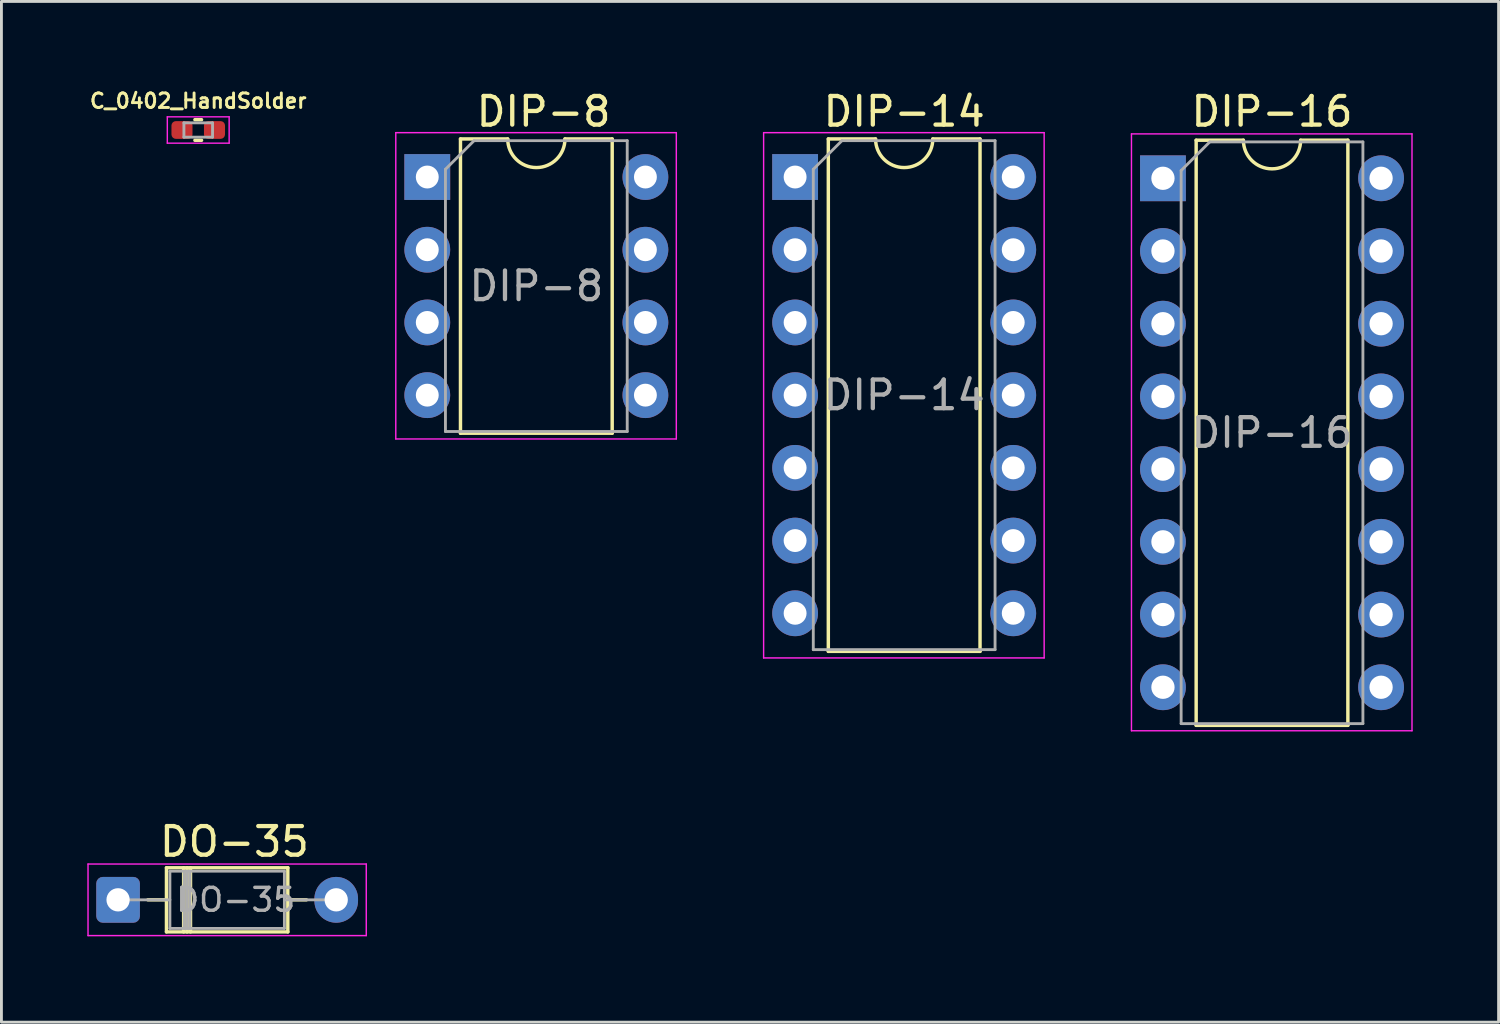
<source format=kicad_pcb>
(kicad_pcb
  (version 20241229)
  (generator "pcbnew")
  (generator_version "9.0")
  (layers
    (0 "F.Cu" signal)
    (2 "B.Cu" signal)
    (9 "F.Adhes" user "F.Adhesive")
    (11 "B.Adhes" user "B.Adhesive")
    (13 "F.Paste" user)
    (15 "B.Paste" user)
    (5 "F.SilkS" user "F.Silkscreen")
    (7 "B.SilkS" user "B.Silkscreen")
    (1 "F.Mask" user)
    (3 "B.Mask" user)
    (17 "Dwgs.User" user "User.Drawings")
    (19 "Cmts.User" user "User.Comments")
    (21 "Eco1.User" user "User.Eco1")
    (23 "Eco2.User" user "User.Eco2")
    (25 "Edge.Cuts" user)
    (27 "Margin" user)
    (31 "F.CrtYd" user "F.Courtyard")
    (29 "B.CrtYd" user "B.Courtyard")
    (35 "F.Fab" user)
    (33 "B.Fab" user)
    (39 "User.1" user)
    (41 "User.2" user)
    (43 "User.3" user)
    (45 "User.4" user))
  (footprint "DIP-16"
    (layer "F.Cu")
    (at 37.576 3.178)
    (property "Reference" "DIP-16" (at 3.81 -2.33 0) (layer "F.SilkS") (effects (font (size 1 1) (thickness 0.15))))
    (attr through_hole)
    (fp_line (start 1.16 -1.33) (end 1.16 19.11) (stroke (width 0.12) (type solid)) (layer "F.SilkS"))
    (fp_line (start 1.16 19.11) (end 6.46 19.11) (stroke (width 0.12) (type solid)) (layer "F.SilkS"))
    (fp_line (start 2.81 -1.33) (end 1.16 -1.33) (stroke (width 0.12) (type solid)) (layer "F.SilkS"))
    (fp_line (start 6.46 -1.33) (end 4.81 -1.33) (stroke (width 0.12) (type solid)) (layer "F.SilkS"))
    (fp_line (start 6.46 19.11) (end 6.46 -1.33) (stroke (width 0.12) (type solid)) (layer "F.SilkS"))
    (fp_arc (start 4.81 -1.33) (mid 3.81 -0.33) (end 2.81 -1.33) (stroke (width 0.12) (type solid)) (layer "F.SilkS"))
    (fp_line (start -1.1 -1.55) (end -1.1 19.3) (stroke (width 0.05) (type solid)) (layer "F.CrtYd"))
    (fp_line (start -1.1 19.3) (end 8.7 19.3) (stroke (width 0.05) (type solid)) (layer "F.CrtYd"))
    (fp_line (start 8.7 -1.55) (end -1.1 -1.55) (stroke (width 0.05) (type solid)) (layer "F.CrtYd"))
    (fp_line (start 8.7 19.3) (end 8.7 -1.55) (stroke (width 0.05) (type solid)) (layer "F.CrtYd"))
    (fp_line (start 0.635 -0.27) (end 1.635 -1.27) (stroke (width 0.1) (type solid)) (layer "F.Fab"))
    (fp_line (start 0.635 19.05) (end 0.635 -0.27) (stroke (width 0.1) (type solid)) (layer "F.Fab"))
    (fp_line (start 1.635 -1.27) (end 6.985 -1.27) (stroke (width 0.1) (type solid)) (layer "F.Fab"))
    (fp_line (start 6.985 -1.27) (end 6.985 19.05) (stroke (width 0.1) (type solid)) (layer "F.Fab"))
    (fp_line (start 6.985 19.05) (end 0.635 19.05) (stroke (width 0.1) (type solid)) (layer "F.Fab"))
    (fp_text user "${REFERENCE}" (at 3.81 8.89 0) (layer "F.Fab") (effects (font (size 1 1) (thickness 0.15))))
    (pad "1" thru_hole rect (at 0 0) (size 1.6 1.6) (drill 0.813) (layers "*.Cu" "*.Mask"))
    (pad "2" thru_hole oval (at 0 2.54) (size 1.6 1.6) (drill 0.813) (layers "*.Cu" "*.Mask"))
    (pad "3" thru_hole oval (at 0 5.08) (size 1.6 1.6) (drill 0.813) (layers "*.Cu" "*.Mask"))
    (pad "4" thru_hole oval (at 0 7.62) (size 1.6 1.6) (drill 0.813) (layers "*.Cu" "*.Mask"))
    (pad "5" thru_hole oval (at 0 10.16) (size 1.6 1.6) (drill 0.813) (layers "*.Cu" "*.Mask"))
    (pad "6" thru_hole oval (at 0 12.7) (size 1.6 1.6) (drill 0.813) (layers "*.Cu" "*.Mask"))
    (pad "7" thru_hole oval (at 0 15.24) (size 1.6 1.6) (drill 0.813) (layers "*.Cu" "*.Mask"))
    (pad "8" thru_hole oval (at 0 17.78) (size 1.6 1.6) (drill 0.813) (layers "*.Cu" "*.Mask"))
    (pad "9" thru_hole oval (at 7.62 17.78) (size 1.6 1.6) (drill 0.813) (layers "*.Cu" "*.Mask"))
    (pad "10" thru_hole oval (at 7.62 15.24) (size 1.6 1.6) (drill 0.813) (layers "*.Cu" "*.Mask"))
    (pad "11" thru_hole oval (at 7.62 12.7) (size 1.6 1.6) (drill 0.813) (layers "*.Cu" "*.Mask"))
    (pad "12" thru_hole oval (at 7.62 10.16) (size 1.6 1.6) (drill 0.813) (layers "*.Cu" "*.Mask"))
    (pad "13" thru_hole oval (at 7.62 7.62) (size 1.6 1.6) (drill 0.813) (layers "*.Cu" "*.Mask"))
    (pad "14" thru_hole oval (at 7.62 5.08) (size 1.6 1.6) (drill 0.813) (layers "*.Cu" "*.Mask"))
    (pad "15" thru_hole oval (at 7.62 2.54) (size 1.6 1.6) (drill 0.813) (layers "*.Cu" "*.Mask"))
    (pad "16" thru_hole oval (at 7.62 0) (size 1.6 1.6) (drill 0.813) (layers "*.Cu" "*.Mask")))
  (footprint "DIP-14"
    (layer "F.Cu")
    (at 24.726 3.134)
    (property "Reference" "DIP-14" (at 3.81 -2.286 0) (layer "F.SilkS") (effects (font (size 1 1) (thickness 0.15))))
    (attr through_hole)
    (fp_line (start 1.16 -1.33) (end 1.16 16.57) (stroke (width 0.12) (type solid)) (layer "F.SilkS"))
    (fp_line (start 1.16 16.57) (end 6.46 16.57) (stroke (width 0.12) (type solid)) (layer "F.SilkS"))
    (fp_line (start 2.81 -1.33) (end 1.16 -1.33) (stroke (width 0.12) (type solid)) (layer "F.SilkS"))
    (fp_line (start 6.46 -1.33) (end 4.81 -1.33) (stroke (width 0.12) (type solid)) (layer "F.SilkS"))
    (fp_line (start 6.46 16.57) (end 6.46 -1.33) (stroke (width 0.12) (type solid)) (layer "F.SilkS"))
    (fp_arc (start 4.81 -1.33) (mid 3.81 -0.33) (end 2.81 -1.33) (stroke (width 0.12) (type solid)) (layer "F.SilkS"))
    (fp_line (start -1.1 -1.55) (end -1.1 16.8) (stroke (width 0.05) (type solid)) (layer "F.CrtYd"))
    (fp_line (start -1.1 16.8) (end 8.7 16.8) (stroke (width 0.05) (type solid)) (layer "F.CrtYd"))
    (fp_line (start 8.7 -1.55) (end -1.1 -1.55) (stroke (width 0.05) (type solid)) (layer "F.CrtYd"))
    (fp_line (start 8.7 16.8) (end 8.7 -1.55) (stroke (width 0.05) (type solid)) (layer "F.CrtYd"))
    (fp_line (start 0.635 -0.27) (end 1.635 -1.27) (stroke (width 0.1) (type solid)) (layer "F.Fab"))
    (fp_line (start 0.635 16.51) (end 0.635 -0.27) (stroke (width 0.1) (type solid)) (layer "F.Fab"))
    (fp_line (start 1.635 -1.27) (end 6.985 -1.27) (stroke (width 0.1) (type solid)) (layer "F.Fab"))
    (fp_line (start 6.985 -1.27) (end 6.985 16.51) (stroke (width 0.1) (type solid)) (layer "F.Fab"))
    (fp_line (start 6.985 16.51) (end 0.635 16.51) (stroke (width 0.1) (type solid)) (layer "F.Fab"))
    (fp_text user "${REFERENCE}" (at 3.81 7.62 0) (layer "F.Fab") (effects (font (size 1 1) (thickness 0.15))))
    (pad "1" thru_hole rect (at 0 0) (size 1.6 1.6) (drill 0.8) (layers "*.Cu" "*.Mask"))
    (pad "2" thru_hole oval (at 0 2.54) (size 1.6 1.6) (drill 0.8) (layers "*.Cu" "*.Mask"))
    (pad "3" thru_hole oval (at 0 5.08) (size 1.6 1.6) (drill 0.8) (layers "*.Cu" "*.Mask"))
    (pad "4" thru_hole oval (at 0 7.62) (size 1.6 1.6) (drill 0.8) (layers "*.Cu" "*.Mask"))
    (pad "5" thru_hole oval (at 0 10.16) (size 1.6 1.6) (drill 0.8) (layers "*.Cu" "*.Mask"))
    (pad "6" thru_hole oval (at 0 12.7) (size 1.6 1.6) (drill 0.8) (layers "*.Cu" "*.Mask"))
    (pad "7" thru_hole oval (at 0 15.24) (size 1.6 1.6) (drill 0.8) (layers "*.Cu" "*.Mask"))
    (pad "8" thru_hole oval (at 7.62 15.24) (size 1.6 1.6) (drill 0.8) (layers "*.Cu" "*.Mask"))
    (pad "9" thru_hole oval (at 7.62 12.7) (size 1.6 1.6) (drill 0.8) (layers "*.Cu" "*.Mask"))
    (pad "10" thru_hole oval (at 7.62 10.16) (size 1.6 1.6) (drill 0.8) (layers "*.Cu" "*.Mask"))
    (pad "11" thru_hole oval (at 7.62 7.62) (size 1.6 1.6) (drill 0.8) (layers "*.Cu" "*.Mask"))
    (pad "12" thru_hole oval (at 7.62 5.08) (size 1.6 1.6) (drill 0.8) (layers "*.Cu" "*.Mask"))
    (pad "13" thru_hole oval (at 7.62 2.54) (size 1.6 1.6) (drill 0.8) (layers "*.Cu" "*.Mask"))
    (pad "14" thru_hole oval (at 7.62 0) (size 1.6 1.6) (drill 0.8) (layers "*.Cu" "*.Mask")))
  (footprint "DO-35"
    (layer "F.Cu")
    (at 1.075 28.384)
    (property "Reference" "DO-35" (at 4.064 -2.032 0) (layer "F.SilkS") (effects (font (size 1 1) (thickness 0.15))))
    (attr through_hole)
    (fp_line (start 1.04 0) (end 1.69 0) (stroke (width 0.12) (type solid)) (layer "F.SilkS"))
    (fp_line (start 1.69 -1.12) (end 1.69 1.12) (stroke (width 0.12) (type solid)) (layer "F.SilkS"))
    (fp_line (start 1.69 1.12) (end 5.93 1.12) (stroke (width 0.12) (type solid)) (layer "F.SilkS"))
    (fp_line (start 2.29 -1.12) (end 2.29 1.12) (stroke (width 0.12) (type solid)) (layer "F.SilkS"))
    (fp_line (start 2.41 -1.12) (end 2.41 1.12) (stroke (width 0.12) (type solid)) (layer "F.SilkS"))
    (fp_line (start 2.53 -1.12) (end 2.53 1.12) (stroke (width 0.12) (type solid)) (layer "F.SilkS"))
    (fp_line (start 5.93 -1.12) (end 1.69 -1.12) (stroke (width 0.12) (type solid)) (layer "F.SilkS"))
    (fp_line (start 5.93 1.12) (end 5.93 -1.12) (stroke (width 0.12) (type solid)) (layer "F.SilkS"))
    (fp_line (start 6.58 0) (end 5.93 0) (stroke (width 0.12) (type solid)) (layer "F.SilkS"))
    (fp_line (start -1.05 -1.25) (end -1.05 1.25) (stroke (width 0.05) (type solid)) (layer "F.CrtYd"))
    (fp_line (start -1.05 1.25) (end 8.67 1.25) (stroke (width 0.05) (type solid)) (layer "F.CrtYd"))
    (fp_line (start 8.67 -1.25) (end -1.05 -1.25) (stroke (width 0.05) (type solid)) (layer "F.CrtYd"))
    (fp_line (start 8.67 1.25) (end 8.67 -1.25) (stroke (width 0.05) (type solid)) (layer "F.CrtYd"))
    (fp_line (start 0 0) (end 1.81 0) (stroke (width 0.1) (type solid)) (layer "F.Fab"))
    (fp_line (start 1.81 -1) (end 1.81 1) (stroke (width 0.1) (type solid)) (layer "F.Fab"))
    (fp_line (start 1.81 1) (end 5.81 1) (stroke (width 0.1) (type solid)) (layer "F.Fab"))
    (fp_line (start 2.31 -1) (end 2.31 1) (stroke (width 0.1) (type solid)) (layer "F.Fab"))
    (fp_line (start 2.41 -1) (end 2.41 1) (stroke (width 0.1) (type solid)) (layer "F.Fab"))
    (fp_line (start 2.51 -1) (end 2.51 1) (stroke (width 0.1) (type solid)) (layer "F.Fab"))
    (fp_line (start 5.81 -1) (end 1.81 -1) (stroke (width 0.1) (type solid)) (layer "F.Fab"))
    (fp_line (start 5.81 1) (end 5.81 -1) (stroke (width 0.1) (type solid)) (layer "F.Fab"))
    (fp_line (start 7.62 0) (end 5.81 0) (stroke (width 0.1) (type solid)) (layer "F.Fab"))
    (fp_text user "${REFERENCE}" (at 4.11 0 0) (layer "F.Fab") (effects (font (size 0.8 0.8) (thickness 0.12))))
    (pad "1" thru_hole roundrect (at 0 0) (size 1.524 1.6) (drill 0.813) (layers "*.Cu" "*.Mask") (roundrect_rratio 0.15))
    (pad "2" thru_hole oval (at 7.62 0) (size 1.524 1.6) (drill 0.813) (layers "*.Cu" "*.Mask")))
  (footprint "DIP-8"
    (layer "F.Cu")
    (at 11.876 3.134)
    (property "Reference" "DIP-8" (at 4.064 -2.286 0) (layer "F.SilkS") (effects (font (size 1 1) (thickness 0.15))))
    (attr through_hole)
    (fp_line (start 1.16 -1.33) (end 1.16 8.95) (stroke (width 0.12) (type solid)) (layer "F.SilkS"))
    (fp_line (start 1.16 8.95) (end 6.46 8.95) (stroke (width 0.12) (type solid)) (layer "F.SilkS"))
    (fp_line (start 2.81 -1.33) (end 1.16 -1.33) (stroke (width 0.12) (type solid)) (layer "F.SilkS"))
    (fp_line (start 6.46 -1.33) (end 4.81 -1.33) (stroke (width 0.12) (type solid)) (layer "F.SilkS"))
    (fp_line (start 6.46 8.95) (end 6.46 -1.33) (stroke (width 0.12) (type solid)) (layer "F.SilkS"))
    (fp_arc (start 4.81 -1.33) (mid 3.81 -0.33) (end 2.81 -1.33) (stroke (width 0.12) (type solid)) (layer "F.SilkS"))
    (fp_line (start -1.1 -1.55) (end -1.1 9.15) (stroke (width 0.05) (type solid)) (layer "F.CrtYd"))
    (fp_line (start -1.1 9.15) (end 8.7 9.15) (stroke (width 0.05) (type solid)) (layer "F.CrtYd"))
    (fp_line (start 8.7 -1.55) (end -1.1 -1.55) (stroke (width 0.05) (type solid)) (layer "F.CrtYd"))
    (fp_line (start 8.7 9.15) (end 8.7 -1.55) (stroke (width 0.05) (type solid)) (layer "F.CrtYd"))
    (fp_line (start 0.635 -0.27) (end 1.635 -1.27) (stroke (width 0.1) (type solid)) (layer "F.Fab"))
    (fp_line (start 0.635 8.89) (end 0.635 -0.27) (stroke (width 0.1) (type solid)) (layer "F.Fab"))
    (fp_line (start 1.635 -1.27) (end 6.985 -1.27) (stroke (width 0.1) (type solid)) (layer "F.Fab"))
    (fp_line (start 6.985 -1.27) (end 6.985 8.89) (stroke (width 0.1) (type solid)) (layer "F.Fab"))
    (fp_line (start 6.985 8.89) (end 0.635 8.89) (stroke (width 0.1) (type solid)) (layer "F.Fab"))
    (fp_text user "${REFERENCE}" (at 3.81 3.81 0) (layer "F.Fab") (effects (font (size 1 1) (thickness 0.15))))
    (pad "1" thru_hole rect (at 0 0) (size 1.6 1.6) (drill 0.8) (layers "*.Cu" "*.Mask"))
    (pad "2" thru_hole oval (at 0 2.54) (size 1.6 1.6) (drill 0.8) (layers "*.Cu" "*.Mask"))
    (pad "3" thru_hole oval (at 0 5.08) (size 1.6 1.6) (drill 0.8) (layers "*.Cu" "*.Mask"))
    (pad "4" thru_hole oval (at 0 7.62) (size 1.6 1.6) (drill 0.8) (layers "*.Cu" "*.Mask"))
    (pad "5" thru_hole oval (at 7.62 7.62) (size 1.6 1.6) (drill 0.8) (layers "*.Cu" "*.Mask"))
    (pad "6" thru_hole oval (at 7.62 5.08) (size 1.6 1.6) (drill 0.8) (layers "*.Cu" "*.Mask"))
    (pad "7" thru_hole oval (at 7.62 2.54) (size 1.6 1.6) (drill 0.8) (layers "*.Cu" "*.Mask"))
    (pad "8" thru_hole oval (at 7.62 0) (size 1.6 1.6) (drill 0.8) (layers "*.Cu" "*.Mask")))
  (footprint "C_0402_HandSolder"
    (layer "F.Cu")
    (at 3.875 1.491)
    (property "Reference" "C_0402_HandSolder" (at 0 -1.016 0) (layer "F.SilkS") (effects (font (size 0.508 0.508) (thickness 0.102))))
    (attr smd)
    (fp_line (start -0.116 -0.36) (end 0.116 -0.36) (stroke (width 0.12) (type solid)) (layer "F.SilkS"))
    (fp_line (start -0.116 0.36) (end 0.116 0.36) (stroke (width 0.12) (type solid)) (layer "F.SilkS"))
    (fp_line (start -1.08 -0.46) (end 1.08 -0.46) (stroke (width 0.05) (type solid)) (layer "F.CrtYd"))
    (fp_line (start -1.08 0.46) (end -1.08 -0.46) (stroke (width 0.05) (type solid)) (layer "F.CrtYd"))
    (fp_line (start 1.08 -0.46) (end 1.08 0.46) (stroke (width 0.05) (type solid)) (layer "F.CrtYd"))
    (fp_line (start 1.08 0.46) (end -1.08 0.46) (stroke (width 0.05) (type solid)) (layer "F.CrtYd"))
    (fp_line (start -0.5 -0.25) (end 0.5 -0.25) (stroke (width 0.1) (type solid)) (layer "F.Fab"))
    (fp_line (start -0.5 0.25) (end -0.5 -0.25) (stroke (width 0.1) (type solid)) (layer "F.Fab"))
    (fp_line (start 0.5 -0.25) (end 0.5 0.25) (stroke (width 0.1) (type solid)) (layer "F.Fab"))
    (fp_line (start 0.5 0.25) (end -0.5 0.25) (stroke (width 0.1) (type solid)) (layer "F.Fab"))
    (pad "1" smd roundrect (at -0.568 0) (size 0.735 0.62) (layers "F.Cu" "F.Mask" "F.Paste") (roundrect_rratio 0.25))
    (pad "2" smd roundrect (at 0.568 0) (size 0.735 0.62) (layers "F.Cu" "F.Mask" "F.Paste") (roundrect_rratio 0.25)))
  (gr_rect
    (start -3 -3)
    (end 49.301 32.658)
    (stroke (width 0.1) (type default))
    (fill no)
    (layer "Edge.Cuts")))
</source>
